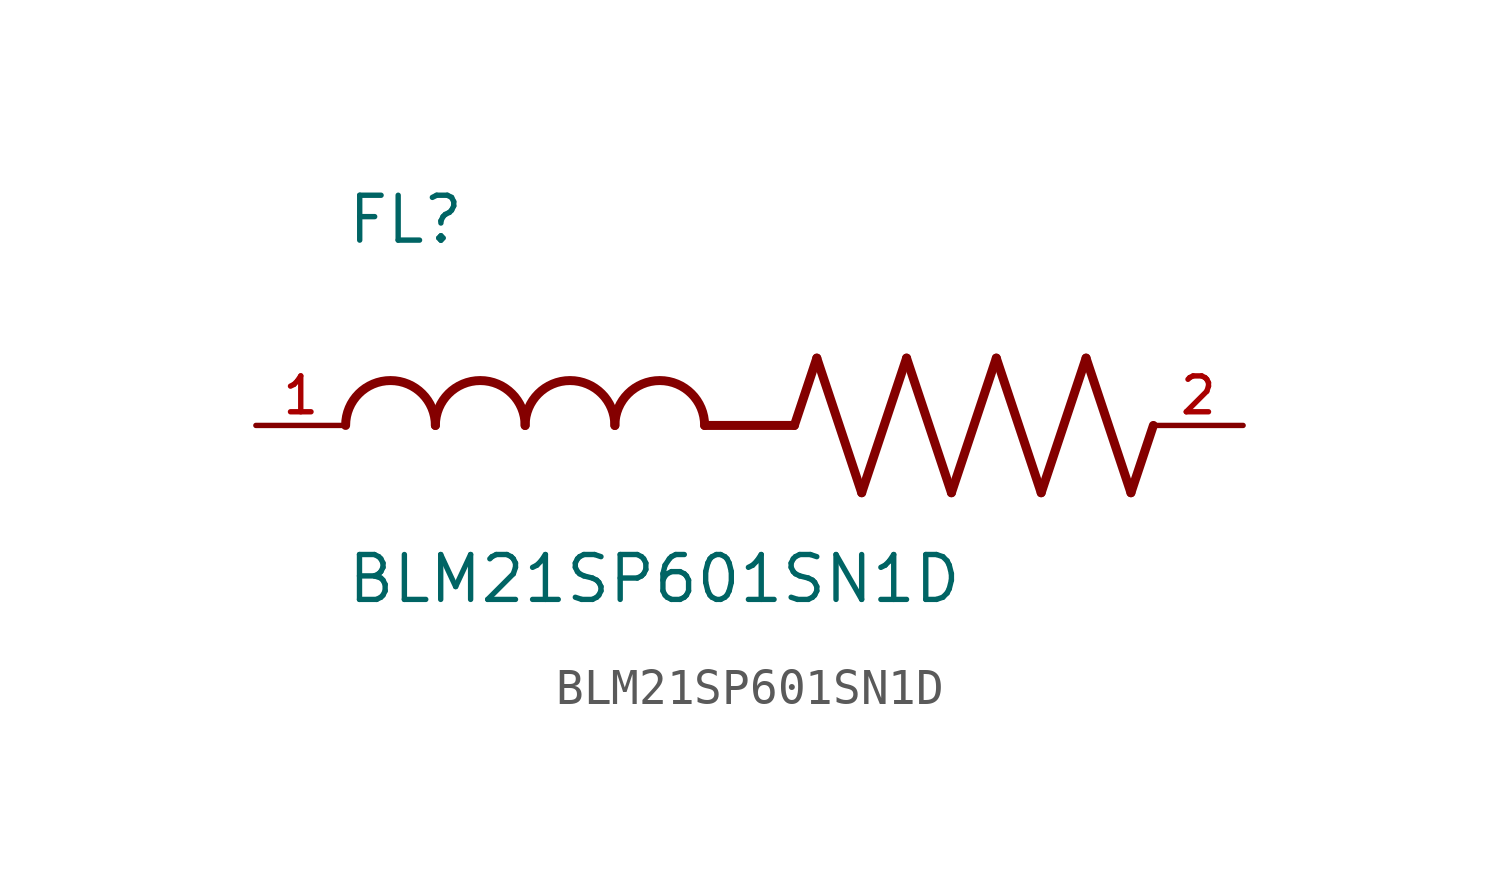
<source format=kicad_sym>
(kicad_symbol_lib
  (version 20211014)
  (generator kicad_symbol_editor)
  (symbol "BLM21SP601SN1D"
    (pin_names
      (offset 1.016))
    (property "Reference" "FL"
      (at -12.704 5.081 0)
      (effects (font (size 1.27 1.27)) (justify bottom left)))
    (property "Value" "BLM21SP601SN1D"
      (at -12.71 -5.087 0)
      (effects (font (size 1.27 1.27)) (justify bottom left)))
    (symbol "BLM21SP601SN1D_0_0"
      (polyline (pts (xy 0.0 0.0) (xy 0.635 1.905)) (stroke (width 0.254)))
      (polyline (pts (xy 0.635 1.905) (xy 1.905 -1.905)) (stroke (width 0.254)))
      (polyline (pts (xy 1.905 -1.905) (xy 3.175 1.905)) (stroke (width 0.254)))
      (polyline (pts (xy 3.175 1.905) (xy 4.445 -1.905)) (stroke (width 0.254)))
      (polyline (pts (xy 4.445 -1.905) (xy 5.715 1.905)) (stroke (width 0.254)))
      (polyline (pts (xy 5.715 1.905) (xy 6.985 -1.905)) (stroke (width 0.254)))
      (polyline (pts (xy 6.985 -1.905) (xy 8.255 1.905)) (stroke (width 0.254)))
      (polyline (pts (xy 8.255 1.905) (xy 9.525 -1.905)) (stroke (width 0.254)))
      (polyline (pts (xy 9.525 -1.905) (xy 10.16 0.0)) (stroke (width 0.254)))
      (arc (start -10.16 0.0) (mid -11.43 1.27) (end -12.7 0.0) (stroke (width 0.254) (type default) (color 0 0 0 0)) (fill (type none)))
      (arc (start -7.62 0.0) (mid -8.89 1.27) (end -10.16 0.0) (stroke (width 0.254) (type default) (color 0 0 0 0)) (fill (type none)))
      (arc (start -5.08 0.0) (mid -6.35 1.27) (end -7.62 0.0) (stroke (width 0.254) (type default) (color 0 0 0 0)) (fill (type none)))
      (arc (start -2.54 0.0) (mid -3.81 1.27) (end -5.08 0.0) (stroke (width 0.254) (type default) (color 0 0 0 0)) (fill (type none)))
      (polyline (pts (xy 0.0 0.0) (xy -2.54 0.0)) (stroke (width 0.254)))
      (pin passive line (at 12.7 0.0 180.0) (length 2.54) (name "~" (effects (font (size 1.016 1.016)))) (number "2" (effects (font (size 1.016 1.016)))))
      (pin passive line (at -15.24 0.0 0) (length 2.54) (name "~" (effects (font (size 1.016 1.016)))) (number "1" (effects (font (size 1.016 1.016))))))))
</source>
